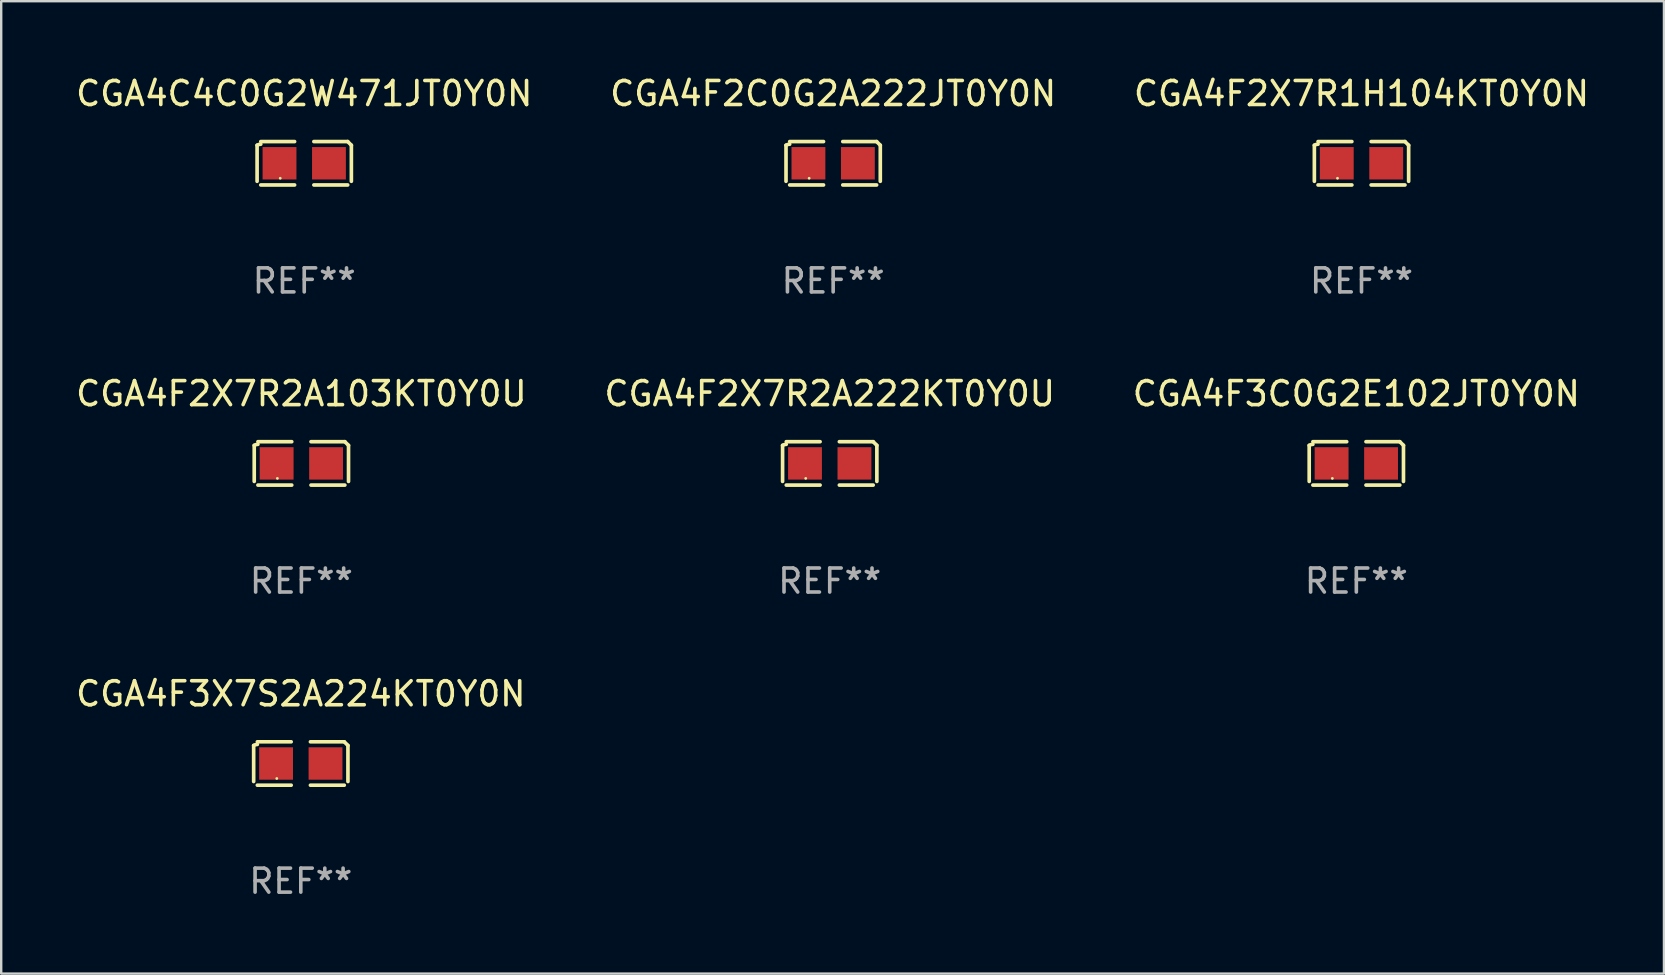
<source format=kicad_pcb>
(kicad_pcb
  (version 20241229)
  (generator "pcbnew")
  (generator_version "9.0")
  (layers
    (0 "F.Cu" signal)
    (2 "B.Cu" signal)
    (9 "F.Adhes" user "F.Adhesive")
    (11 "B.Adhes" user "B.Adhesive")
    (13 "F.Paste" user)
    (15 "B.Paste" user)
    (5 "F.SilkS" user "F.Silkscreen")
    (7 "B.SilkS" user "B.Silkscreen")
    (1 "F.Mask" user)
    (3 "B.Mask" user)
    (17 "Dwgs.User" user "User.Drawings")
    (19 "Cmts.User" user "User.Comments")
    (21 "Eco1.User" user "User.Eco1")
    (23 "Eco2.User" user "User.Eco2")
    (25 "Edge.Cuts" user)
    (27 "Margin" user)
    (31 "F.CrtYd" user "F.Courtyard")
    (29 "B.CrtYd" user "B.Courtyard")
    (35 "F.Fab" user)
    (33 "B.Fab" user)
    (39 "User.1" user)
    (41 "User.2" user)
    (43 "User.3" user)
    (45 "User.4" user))
  (footprint "CGA4F2X7R2A103KT0Y0U"
    (layer "F.Cu")
    (at 9.506 16.256)
    (property "Reference" "CGA4F2X7R2A103KT0Y0U" (at 0 -2.904 0) (layer "F.SilkS") (effects (font (size 1 1) (thickness 0.15))))
    (attr through_hole)
    (fp_line (start -1.964 0.751) (end -1.964 -0.751) (stroke (width 0.152) (type solid)) (layer "F.SilkS"))
    (fp_line (start -1.811 -0.904) (end -0.401 -0.904) (stroke (width 0.152) (type solid)) (layer "F.SilkS"))
    (fp_line (start -0.401 0.904) (end -1.811 0.904) (stroke (width 0.152) (type solid)) (layer "F.SilkS"))
    (fp_line (start 0.401 0.904) (end 1.811 0.904) (stroke (width 0.152) (type solid)) (layer "F.SilkS"))
    (fp_line (start 1.811 -0.904) (end 0.401 -0.904) (stroke (width 0.152) (type solid)) (layer "F.SilkS"))
    (fp_line (start 1.964 0.751) (end 1.964 -0.751) (stroke (width 0.152) (type solid)) (layer "F.SilkS"))
    (fp_arc (start -1.963602 -0.751207) (mid -1.890354 -0.783131) (end -1.811201 -0.794044) (stroke (width 0.1524) (type solid)) (layer "F.SilkS"))
    (fp_arc (start 1.811202 -0.903607) (mid 1.887413 -0.827418) (end 1.963602 -0.751207) (stroke (width 0.1524) (type solid)) (layer "F.SilkS"))
    (fp_circle (center -1 0.625) (end -0.97 0.625) (stroke (width 0.06) (type solid)) (fill no) (layer "F.SilkS"))
    (fp_text user "REF**" (at 0 4.904 0) (layer "F.Fab") (effects (font (size 1 1) (thickness 0.15))))
    (pad "1" smd rect (at -1.03 0) (size 1.41 1.35) (layers "F.Cu" "F.Mask" "F.Paste"))
    (pad "2" smd rect (at 1.03 0) (size 1.41 1.35) (layers "F.Cu" "F.Mask" "F.Paste")))
  (footprint "CGA4C4C0G2W471JT0Y0N"
    (layer "F.Cu")
    (at 9.625 3.752)
    (property "Reference" "CGA4C4C0G2W471JT0Y0N" (at 0 -2.904 0) (layer "F.SilkS") (effects (font (size 1 1) (thickness 0.15))))
    (attr through_hole)
    (fp_line (start -1.964 0.751) (end -1.964 -0.751) (stroke (width 0.152) (type solid)) (layer "F.SilkS"))
    (fp_line (start -1.811 -0.904) (end -0.401 -0.904) (stroke (width 0.152) (type solid)) (layer "F.SilkS"))
    (fp_line (start -0.401 0.904) (end -1.811 0.904) (stroke (width 0.152) (type solid)) (layer "F.SilkS"))
    (fp_line (start 0.401 0.904) (end 1.811 0.904) (stroke (width 0.152) (type solid)) (layer "F.SilkS"))
    (fp_line (start 1.811 -0.904) (end 0.401 -0.904) (stroke (width 0.152) (type solid)) (layer "F.SilkS"))
    (fp_line (start 1.964 0.751) (end 1.964 -0.751) (stroke (width 0.152) (type solid)) (layer "F.SilkS"))
    (fp_arc (start -1.963602 -0.751207) (mid -1.890354 -0.783131) (end -1.811201 -0.794044) (stroke (width 0.1524) (type solid)) (layer "F.SilkS"))
    (fp_arc (start 1.811202 -0.903607) (mid 1.887413 -0.827418) (end 1.963602 -0.751207) (stroke (width 0.1524) (type solid)) (layer "F.SilkS"))
    (fp_circle (center -1 0.625) (end -0.97 0.625) (stroke (width 0.06) (type solid)) (fill no) (layer "F.SilkS"))
    (fp_text user "REF**" (at 0 4.904 0) (layer "F.Fab") (effects (font (size 1 1) (thickness 0.15))))
    (pad "1" smd rect (at -1.03 0) (size 1.41 1.35) (layers "F.Cu" "F.Mask" "F.Paste"))
    (pad "2" smd rect (at 1.03 0) (size 1.41 1.35) (layers "F.Cu" "F.Mask" "F.Paste")))
  (footprint "CGA4F2X7R1H104KT0Y0N"
    (layer "F.Cu")
    (at 53.673 3.752)
    (property "Reference" "CGA4F2X7R1H104KT0Y0N" (at 0 -2.904 0) (layer "F.SilkS") (effects (font (size 1 1) (thickness 0.15))))
    (attr through_hole)
    (fp_line (start -1.964 0.751) (end -1.964 -0.751) (stroke (width 0.152) (type solid)) (layer "F.SilkS"))
    (fp_line (start -1.811 -0.904) (end -0.401 -0.904) (stroke (width 0.152) (type solid)) (layer "F.SilkS"))
    (fp_line (start -0.401 0.904) (end -1.811 0.904) (stroke (width 0.152) (type solid)) (layer "F.SilkS"))
    (fp_line (start 0.401 0.904) (end 1.811 0.904) (stroke (width 0.152) (type solid)) (layer "F.SilkS"))
    (fp_line (start 1.811 -0.904) (end 0.401 -0.904) (stroke (width 0.152) (type solid)) (layer "F.SilkS"))
    (fp_line (start 1.964 0.751) (end 1.964 -0.751) (stroke (width 0.152) (type solid)) (layer "F.SilkS"))
    (fp_arc (start -1.963602 -0.751207) (mid -1.890354 -0.783131) (end -1.811201 -0.794044) (stroke (width 0.1524) (type solid)) (layer "F.SilkS"))
    (fp_arc (start 1.811202 -0.903607) (mid 1.887413 -0.827418) (end 1.963602 -0.751207) (stroke (width 0.1524) (type solid)) (layer "F.SilkS"))
    (fp_circle (center -1 0.625) (end -0.97 0.625) (stroke (width 0.06) (type solid)) (fill no) (layer "F.SilkS"))
    (fp_text user "REF**" (at 0 4.904 0) (layer "F.Fab") (effects (font (size 1 1) (thickness 0.15))))
    (pad "1" smd rect (at -1.03 0) (size 1.41 1.35) (layers "F.Cu" "F.Mask" "F.Paste"))
    (pad "2" smd rect (at 1.03 0) (size 1.41 1.35) (layers "F.Cu" "F.Mask" "F.Paste")))
  (footprint "CGA4F2X7R2A222KT0Y0U"
    (layer "F.Cu")
    (at 31.518 16.256)
    (property "Reference" "CGA4F2X7R2A222KT0Y0U" (at 0 -2.904 0) (layer "F.SilkS") (effects (font (size 1 1) (thickness 0.15))))
    (attr through_hole)
    (fp_line (start -1.964 0.751) (end -1.964 -0.751) (stroke (width 0.152) (type solid)) (layer "F.SilkS"))
    (fp_line (start -1.811 -0.904) (end -0.401 -0.904) (stroke (width 0.152) (type solid)) (layer "F.SilkS"))
    (fp_line (start -0.401 0.904) (end -1.811 0.904) (stroke (width 0.152) (type solid)) (layer "F.SilkS"))
    (fp_line (start 0.401 0.904) (end 1.811 0.904) (stroke (width 0.152) (type solid)) (layer "F.SilkS"))
    (fp_line (start 1.811 -0.904) (end 0.401 -0.904) (stroke (width 0.152) (type solid)) (layer "F.SilkS"))
    (fp_line (start 1.964 0.751) (end 1.964 -0.751) (stroke (width 0.152) (type solid)) (layer "F.SilkS"))
    (fp_arc (start -1.963602 -0.751207) (mid -1.890354 -0.783131) (end -1.811201 -0.794044) (stroke (width 0.1524) (type solid)) (layer "F.SilkS"))
    (fp_arc (start 1.811202 -0.903607) (mid 1.887413 -0.827418) (end 1.963602 -0.751207) (stroke (width 0.1524) (type solid)) (layer "F.SilkS"))
    (fp_circle (center -1 0.625) (end -0.97 0.625) (stroke (width 0.06) (type solid)) (fill no) (layer "F.SilkS"))
    (fp_text user "REF**" (at 0 4.904 0) (layer "F.Fab") (effects (font (size 1 1) (thickness 0.15))))
    (pad "1" smd rect (at -1.03 0) (size 1.41 1.35) (layers "F.Cu" "F.Mask" "F.Paste"))
    (pad "2" smd rect (at 1.03 0) (size 1.41 1.35) (layers "F.Cu" "F.Mask" "F.Paste")))
  (footprint "CGA4F3X7S2A224KT0Y0N"
    (layer "F.Cu")
    (at 9.482 28.759)
    (property "Reference" "CGA4F3X7S2A224KT0Y0N" (at 0 -2.904 0) (layer "F.SilkS") (effects (font (size 1 1) (thickness 0.15))))
    (attr through_hole)
    (fp_line (start -1.964 0.751) (end -1.964 -0.751) (stroke (width 0.152) (type solid)) (layer "F.SilkS"))
    (fp_line (start -1.811 -0.904) (end -0.401 -0.904) (stroke (width 0.152) (type solid)) (layer "F.SilkS"))
    (fp_line (start -0.401 0.904) (end -1.811 0.904) (stroke (width 0.152) (type solid)) (layer "F.SilkS"))
    (fp_line (start 0.401 0.904) (end 1.811 0.904) (stroke (width 0.152) (type solid)) (layer "F.SilkS"))
    (fp_line (start 1.811 -0.904) (end 0.401 -0.904) (stroke (width 0.152) (type solid)) (layer "F.SilkS"))
    (fp_line (start 1.964 0.751) (end 1.964 -0.751) (stroke (width 0.152) (type solid)) (layer "F.SilkS"))
    (fp_arc (start -1.963602 -0.751207) (mid -1.890354 -0.783131) (end -1.811201 -0.794044) (stroke (width 0.1524) (type solid)) (layer "F.SilkS"))
    (fp_arc (start 1.811202 -0.903607) (mid 1.887413 -0.827418) (end 1.963602 -0.751207) (stroke (width 0.1524) (type solid)) (layer "F.SilkS"))
    (fp_circle (center -1 0.625) (end -0.97 0.625) (stroke (width 0.06) (type solid)) (fill no) (layer "F.SilkS"))
    (fp_text user "REF**" (at 0 4.904 0) (layer "F.Fab") (effects (font (size 1 1) (thickness 0.15))))
    (pad "1" smd rect (at -1.03 0) (size 1.41 1.35) (layers "F.Cu" "F.Mask" "F.Paste"))
    (pad "2" smd rect (at 1.03 0) (size 1.41 1.35) (layers "F.Cu" "F.Mask" "F.Paste")))
  (footprint "CGA4F2C0G2A222JT0Y0N"
    (layer "F.Cu")
    (at 31.661 3.752)
    (property "Reference" "CGA4F2C0G2A222JT0Y0N" (at 0 -2.904 0) (layer "F.SilkS") (effects (font (size 1 1) (thickness 0.15))))
    (attr through_hole)
    (fp_line (start -1.964 0.751) (end -1.964 -0.751) (stroke (width 0.152) (type solid)) (layer "F.SilkS"))
    (fp_line (start -1.811 -0.904) (end -0.401 -0.904) (stroke (width 0.152) (type solid)) (layer "F.SilkS"))
    (fp_line (start -0.401 0.904) (end -1.811 0.904) (stroke (width 0.152) (type solid)) (layer "F.SilkS"))
    (fp_line (start 0.401 0.904) (end 1.811 0.904) (stroke (width 0.152) (type solid)) (layer "F.SilkS"))
    (fp_line (start 1.811 -0.904) (end 0.401 -0.904) (stroke (width 0.152) (type solid)) (layer "F.SilkS"))
    (fp_line (start 1.964 0.751) (end 1.964 -0.751) (stroke (width 0.152) (type solid)) (layer "F.SilkS"))
    (fp_arc (start -1.963602 -0.751207) (mid -1.890354 -0.783131) (end -1.811201 -0.794044) (stroke (width 0.1524) (type solid)) (layer "F.SilkS"))
    (fp_arc (start 1.811202 -0.903607) (mid 1.887413 -0.827418) (end 1.963602 -0.751207) (stroke (width 0.1524) (type solid)) (layer "F.SilkS"))
    (fp_circle (center -1 0.625) (end -0.97 0.625) (stroke (width 0.06) (type solid)) (fill no) (layer "F.SilkS"))
    (fp_text user "REF**" (at 0 4.904 0) (layer "F.Fab") (effects (font (size 1 1) (thickness 0.15))))
    (pad "1" smd rect (at -1.03 0) (size 1.41 1.35) (layers "F.Cu" "F.Mask" "F.Paste"))
    (pad "2" smd rect (at 1.03 0) (size 1.41 1.35) (layers "F.Cu" "F.Mask" "F.Paste")))
  (footprint "CGA4F3C0G2E102JT0Y0N"
    (layer "F.Cu")
    (at 53.458 16.256)
    (property "Reference" "CGA4F3C0G2E102JT0Y0N" (at 0 -2.904 0) (layer "F.SilkS") (effects (font (size 1 1) (thickness 0.15))))
    (attr through_hole)
    (fp_line (start -1.964 0.751) (end -1.964 -0.751) (stroke (width 0.152) (type solid)) (layer "F.SilkS"))
    (fp_line (start -1.811 -0.904) (end -0.401 -0.904) (stroke (width 0.152) (type solid)) (layer "F.SilkS"))
    (fp_line (start -0.401 0.904) (end -1.811 0.904) (stroke (width 0.152) (type solid)) (layer "F.SilkS"))
    (fp_line (start 0.401 0.904) (end 1.811 0.904) (stroke (width 0.152) (type solid)) (layer "F.SilkS"))
    (fp_line (start 1.811 -0.904) (end 0.401 -0.904) (stroke (width 0.152) (type solid)) (layer "F.SilkS"))
    (fp_line (start 1.964 0.751) (end 1.964 -0.751) (stroke (width 0.152) (type solid)) (layer "F.SilkS"))
    (fp_arc (start -1.963602 -0.751207) (mid -1.890354 -0.783131) (end -1.811201 -0.794044) (stroke (width 0.1524) (type solid)) (layer "F.SilkS"))
    (fp_arc (start 1.811202 -0.903607) (mid 1.887413 -0.827418) (end 1.963602 -0.751207) (stroke (width 0.1524) (type solid)) (layer "F.SilkS"))
    (fp_circle (center -1 0.625) (end -0.97 0.625) (stroke (width 0.06) (type solid)) (fill no) (layer "F.SilkS"))
    (fp_text user "REF**" (at 0 4.904 0) (layer "F.Fab") (effects (font (size 1 1) (thickness 0.15))))
    (pad "1" smd rect (at -1.03 0) (size 1.41 1.35) (layers "F.Cu" "F.Mask" "F.Paste"))
    (pad "2" smd rect (at 1.03 0) (size 1.41 1.35) (layers "F.Cu" "F.Mask" "F.Paste")))
  (gr_rect
    (start -3 -3)
    (end 66.274 37.511)
    (stroke (width 0.1) (type default))
    (fill no)
    (layer "Edge.Cuts")))
</source>
